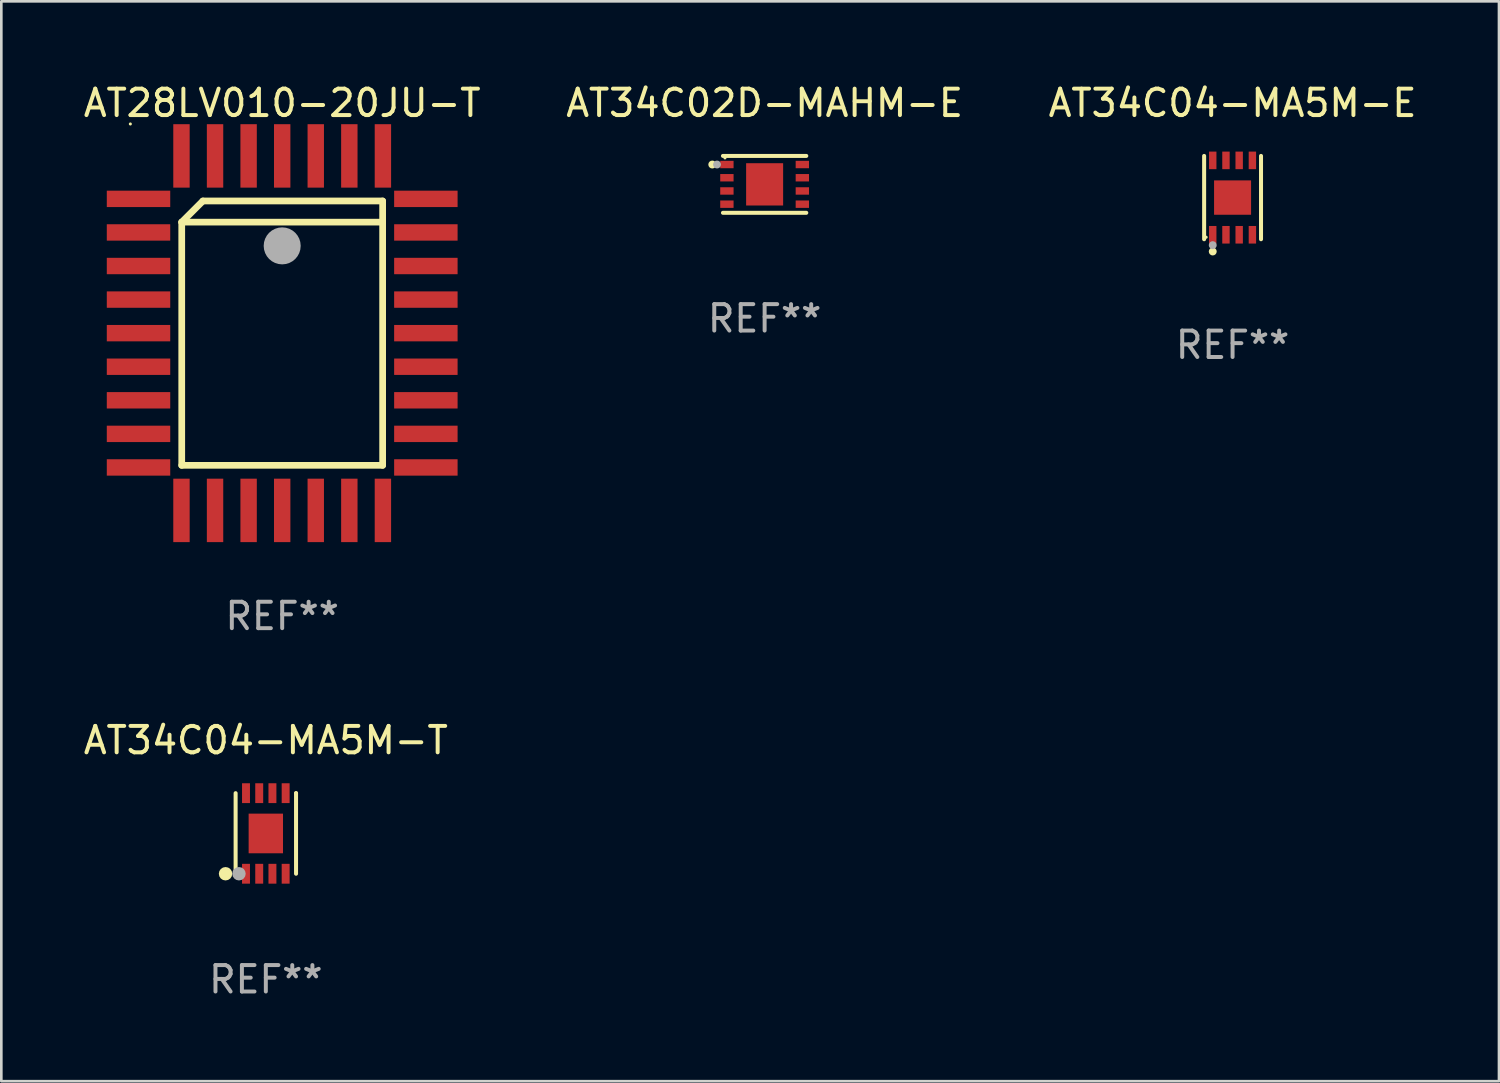
<source format=kicad_pcb>
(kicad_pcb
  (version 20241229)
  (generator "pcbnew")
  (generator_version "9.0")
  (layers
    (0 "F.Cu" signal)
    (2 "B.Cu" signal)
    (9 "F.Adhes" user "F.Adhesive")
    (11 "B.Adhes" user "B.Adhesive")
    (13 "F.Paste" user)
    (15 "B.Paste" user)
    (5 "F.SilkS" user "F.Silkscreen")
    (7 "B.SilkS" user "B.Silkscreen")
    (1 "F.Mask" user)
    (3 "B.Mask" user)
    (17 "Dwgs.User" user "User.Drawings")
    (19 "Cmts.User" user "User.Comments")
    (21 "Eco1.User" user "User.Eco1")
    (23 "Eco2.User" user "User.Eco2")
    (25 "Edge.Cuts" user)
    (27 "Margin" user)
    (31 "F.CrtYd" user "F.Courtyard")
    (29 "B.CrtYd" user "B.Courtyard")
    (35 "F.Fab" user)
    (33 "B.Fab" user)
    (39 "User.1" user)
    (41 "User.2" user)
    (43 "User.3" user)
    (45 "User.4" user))
  (footprint "AT34C02D-MAHM-E"
    (layer "F.Cu")
    (at 25.875 3.924)
    (property "Reference" "AT34C02D-MAHM-E" (at 0 -3.076 0) (layer "F.SilkS") (effects (font (size 1 1) (thickness 0.15))))
    (attr through_hole)
    (fp_line (start -1.576 -1.076) (end 1.576 -1.076) (stroke (width 0.152) (type solid)) (layer "F.SilkS"))
    (fp_line (start -1.576 1.076) (end 1.576 1.076) (stroke (width 0.152) (type solid)) (layer "F.SilkS"))
    (fp_circle (center -1.98 -0.75) (end -1.905 -0.75) (stroke (width 0.15) (type solid)) (fill no) (layer "F.SilkS"))
    (fp_circle (center -1.5 -1) (end -1.47 -1) (stroke (width 0.06) (type solid)) (fill no) (layer "F.SilkS"))
    (fp_circle (center -1.8 -0.75) (end -1.725 -0.75) (stroke (width 0.15) (type solid)) (fill no) (layer "F.Fab"))
    (fp_text user "REF**" (at 0 5.076 0) (layer "F.Fab") (effects (font (size 1 1) (thickness 0.15))))
    (pad "1" smd rect (at -1.427 -0.75) (size 0.505 0.28) (layers "F.Cu" "F.Mask" "F.Paste"))
    (pad "2" smd rect (at -1.427 -0.25) (size 0.505 0.28) (layers "F.Cu" "F.Mask" "F.Paste"))
    (pad "3" smd rect (at -1.427 0.25) (size 0.505 0.28) (layers "F.Cu" "F.Mask" "F.Paste"))
    (pad "4" smd rect (at -1.427 0.75) (size 0.505 0.28) (layers "F.Cu" "F.Mask" "F.Paste"))
    (pad "5" smd rect (at 1.427 0.75) (size 0.505 0.28) (layers "F.Cu" "F.Mask" "F.Paste"))
    (pad "6" smd rect (at 1.427 0.25) (size 0.505 0.28) (layers "F.Cu" "F.Mask" "F.Paste"))
    (pad "7" smd rect (at 1.427 -0.25) (size 0.505 0.28) (layers "F.Cu" "F.Mask" "F.Paste"))
    (pad "8" smd rect (at 1.427 -0.75) (size 0.505 0.28) (layers "F.Cu" "F.Mask" "F.Paste"))
    (pad "9" smd rect (at 0 0) (size 1.4 1.6) (layers "F.Cu" "F.Mask" "F.Paste")))
  (footprint "AT34C04-MA5M-E"
    (layer "F.Cu")
    (at 43.577 4.424)
    (property "Reference" "AT34C04-MA5M-E" (at 0 -3.576 0) (layer "F.SilkS") (effects (font (size 1 1) (thickness 0.15))))
    (attr through_hole)
    (fp_line (start -1.076 1.576) (end -1.076 -1.576) (stroke (width 0.152) (type solid)) (layer "F.SilkS"))
    (fp_line (start 1.076 1.576) (end 1.076 -1.576) (stroke (width 0.152) (type solid)) (layer "F.SilkS"))
    (fp_circle (center -1 1.5) (end -0.97 1.5) (stroke (width 0.06) (type solid)) (fill no) (layer "F.SilkS"))
    (fp_circle (center -0.75 2.04) (end -0.675 2.04) (stroke (width 0.15) (type solid)) (fill no) (layer "F.SilkS"))
    (fp_circle (center -0.75 1.8) (end -0.675 1.8) (stroke (width 0.15) (type solid)) (fill no) (layer "F.Fab"))
    (fp_text user "REF**" (at 0 5.576 0) (layer "F.Fab") (effects (font (size 1 1) (thickness 0.15))))
    (pad "1" smd rect (at -0.75 1.407) (size 0.28 0.665) (layers "F.Cu" "F.Mask" "F.Paste"))
    (pad "2" smd rect (at -0.25 1.407) (size 0.28 0.665) (layers "F.Cu" "F.Mask" "F.Paste"))
    (pad "3" smd rect (at 0.25 1.407) (size 0.28 0.665) (layers "F.Cu" "F.Mask" "F.Paste"))
    (pad "4" smd rect (at 0.75 1.407) (size 0.28 0.665) (layers "F.Cu" "F.Mask" "F.Paste"))
    (pad "5" smd rect (at 0.75 -1.407) (size 0.28 0.665) (layers "F.Cu" "F.Mask" "F.Paste"))
    (pad "6" smd rect (at 0.25 -1.407) (size 0.28 0.665) (layers "F.Cu" "F.Mask" "F.Paste"))
    (pad "7" smd rect (at -0.25 -1.407) (size 0.28 0.665) (layers "F.Cu" "F.Mask" "F.Paste"))
    (pad "8" smd rect (at -0.75 -1.407) (size 0.28 0.665) (layers "F.Cu" "F.Mask" "F.Paste"))
    (pad "9" smd rect (at 0 0) (size 1.4 1.3) (layers "F.Cu" "F.Mask" "F.Paste")))
  (footprint "AT28LV010-20JU-T"
    (layer "F.Cu")
    (at 7.625 9.553)
    (property "Reference" "AT28LV010-20JU-T" (at 0 -8.705 0) (layer "F.SilkS") (effects (font (size 1 1) (thickness 0.15))))
    (attr through_hole)
    (fp_line (start -3.8 -4.2) (end -3 -5) (stroke (width 0.254) (type solid)) (layer "F.SilkS"))
    (fp_line (start -3.8 -4.2) (end 3.8 -4.2) (stroke (width 0.254) (type solid)) (layer "F.SilkS"))
    (fp_line (start -3.8 5) (end -3.8 -4.2) (stroke (width 0.254) (type solid)) (layer "F.SilkS"))
    (fp_line (start -3 -5) (end 3.8 -5) (stroke (width 0.254) (type solid)) (layer "F.SilkS"))
    (fp_line (start 3.8 -5) (end 3.8 5) (stroke (width 0.254) (type solid)) (layer "F.SilkS"))
    (fp_line (start 3.8 5) (end -3.8 5) (stroke (width 0.254) (type solid)) (layer "F.SilkS"))
    (fp_arc (start 0.299721 -3.294387) (mid 0.29971 -3.296927) (end 0.299721 -3.299467) (stroke (width 0.6) (type solid)) (layer "F.SilkS"))
    (fp_circle (center -5.744 -7.913) (end -5.714 -7.913) (stroke (width 0.06) (type solid)) (fill no) (layer "F.SilkS"))
    (fp_circle (center 0 -3.302) (end 0.35 -3.302) (stroke (width 0.7) (type solid)) (fill no) (layer "F.Fab"))
    (fp_text user "REF**" (at 0 10.705 0) (layer "F.Fab") (effects (font (size 1 1) (thickness 0.15))))
    (pad "1" smd rect (at 0 -6.705 180) (size 0.62 2.4) (layers "F.Cu" "F.Mask" "F.Paste"))
    (pad "2" smd rect (at -1.27 -6.705 180) (size 0.62 2.4) (layers "F.Cu" "F.Mask" "F.Paste"))
    (pad "3" smd rect (at -2.54 -6.705 180) (size 0.62 2.4) (layers "F.Cu" "F.Mask" "F.Paste"))
    (pad "4" smd rect (at -3.81 -6.705 180) (size 0.62 2.4) (layers "F.Cu" "F.Mask" "F.Paste"))
    (pad "5" smd rect (at -5.435 -5.08 270) (size 0.62 2.4) (layers "F.Cu" "F.Mask" "F.Paste"))
    (pad "6" smd rect (at -5.435 -3.81 270) (size 0.62 2.4) (layers "F.Cu" "F.Mask" "F.Paste"))
    (pad "7" smd rect (at -5.435 -2.54 270) (size 0.62 2.4) (layers "F.Cu" "F.Mask" "F.Paste"))
    (pad "8" smd rect (at -5.435 -1.27 270) (size 0.62 2.4) (layers "F.Cu" "F.Mask" "F.Paste"))
    (pad "9" smd rect (at -5.435 0 270) (size 0.62 2.4) (layers "F.Cu" "F.Mask" "F.Paste"))
    (pad "10" smd rect (at -5.435 1.27 270) (size 0.62 2.4) (layers "F.Cu" "F.Mask" "F.Paste"))
    (pad "11" smd rect (at -5.435 2.54 270) (size 0.62 2.4) (layers "F.Cu" "F.Mask" "F.Paste"))
    (pad "12" smd rect (at -5.435 3.81 270) (size 0.62 2.4) (layers "F.Cu" "F.Mask" "F.Paste"))
    (pad "13" smd rect (at -5.435 5.08 270) (size 0.62 2.4) (layers "F.Cu" "F.Mask" "F.Paste"))
    (pad "14" smd rect (at -3.81 6.705) (size 0.62 2.4) (layers "F.Cu" "F.Mask" "F.Paste"))
    (pad "15" smd rect (at -2.54 6.705) (size 0.62 2.4) (layers "F.Cu" "F.Mask" "F.Paste"))
    (pad "16" smd rect (at -1.27 6.705) (size 0.62 2.4) (layers "F.Cu" "F.Mask" "F.Paste"))
    (pad "17" smd rect (at 0 6.705) (size 0.62 2.4) (layers "F.Cu" "F.Mask" "F.Paste"))
    (pad "18" smd rect (at 1.27 6.705) (size 0.62 2.4) (layers "F.Cu" "F.Mask" "F.Paste"))
    (pad "19" smd rect (at 2.54 6.705) (size 0.62 2.4) (layers "F.Cu" "F.Mask" "F.Paste"))
    (pad "20" smd rect (at 3.81 6.705) (size 0.62 2.4) (layers "F.Cu" "F.Mask" "F.Paste"))
    (pad "21" smd rect (at 5.435 5.08 90) (size 0.62 2.4) (layers "F.Cu" "F.Mask" "F.Paste"))
    (pad "22" smd rect (at 5.435 3.81 90) (size 0.62 2.4) (layers "F.Cu" "F.Mask" "F.Paste"))
    (pad "23" smd rect (at 5.435 2.54 90) (size 0.62 2.4) (layers "F.Cu" "F.Mask" "F.Paste"))
    (pad "24" smd rect (at 5.435 1.27 90) (size 0.62 2.4) (layers "F.Cu" "F.Mask" "F.Paste"))
    (pad "25" smd rect (at 5.435 0 90) (size 0.62 2.4) (layers "F.Cu" "F.Mask" "F.Paste"))
    (pad "26" smd rect (at 5.435 -1.27 90) (size 0.62 2.4) (layers "F.Cu" "F.Mask" "F.Paste"))
    (pad "27" smd rect (at 5.435 -2.54 90) (size 0.62 2.4) (layers "F.Cu" "F.Mask" "F.Paste"))
    (pad "28" smd rect (at 5.435 -3.81 90) (size 0.62 2.4) (layers "F.Cu" "F.Mask" "F.Paste"))
    (pad "29" smd rect (at 5.435 -5.08 90) (size 0.62 2.4) (layers "F.Cu" "F.Mask" "F.Paste"))
    (pad "30" smd rect (at 3.81 -6.705) (size 0.62 2.4) (layers "F.Cu" "F.Mask" "F.Paste"))
    (pad "31" smd rect (at 2.54 -6.705) (size 0.62 2.4) (layers "F.Cu" "F.Mask" "F.Paste"))
    (pad "32" smd rect (at 1.27 -6.705) (size 0.62 2.4) (layers "F.Cu" "F.Mask" "F.Paste")))
  (footprint "AT34C04-MA5M-T"
    (layer "F.Cu")
    (at 7.006 28.479)
    (property "Reference" "AT34C04-MA5M-T" (at 0 -3.524 0) (layer "F.SilkS") (effects (font (size 1 1) (thickness 0.15))))
    (attr through_hole)
    (fp_line (start -1.143 1.524) (end -1.143 1.524) (stroke (width 0.152) (type solid)) (layer "F.SilkS"))
    (fp_line (start -1.143 1.524) (end -1.143 -1.524) (stroke (width 0.152) (type solid)) (layer "F.SilkS"))
    (fp_line (start 1.143 -1.524) (end 1.143 1.524) (stroke (width 0.152) (type solid)) (layer "F.SilkS"))
    (fp_line (start 1.143 -1.524) (end 1.143 -1.524) (stroke (width 0.152) (type solid)) (layer "F.SilkS"))
    (fp_circle (center -1.524 1.524) (end -1.397 1.524) (stroke (width 0.254) (type solid)) (fill no) (layer "F.SilkS"))
    (fp_circle (center -1 1.5) (end -0.97 1.5) (stroke (width 0.06) (type solid)) (fill no) (layer "F.SilkS"))
    (fp_circle (center -1.016 1.524) (end -0.889 1.524) (stroke (width 0.254) (type solid)) (fill no) (layer "F.Fab"))
    (fp_text user "REF**" (at 0 5.524 0) (layer "F.Fab") (effects (font (size 1 1) (thickness 0.15))))
    (pad "1" smd rect (at -0.75 1.524) (size 0.3 0.75) (layers "F.Cu" "F.Mask" "F.Paste"))
    (pad "2" smd rect (at -0.25 1.524) (size 0.3 0.75) (layers "F.Cu" "F.Mask" "F.Paste"))
    (pad "3" smd rect (at 0.25 1.524) (size 0.3 0.75) (layers "F.Cu" "F.Mask" "F.Paste"))
    (pad "4" smd rect (at 0.75 1.524) (size 0.3 0.75) (layers "F.Cu" "F.Mask" "F.Paste"))
    (pad "5" smd rect (at 0.75 -1.524) (size 0.3 0.75) (layers "F.Cu" "F.Mask" "F.Paste"))
    (pad "6" smd rect (at 0.25 -1.524) (size 0.3 0.75) (layers "F.Cu" "F.Mask" "F.Paste"))
    (pad "7" smd rect (at -0.25 -1.524) (size 0.3 0.75) (layers "F.Cu" "F.Mask" "F.Paste"))
    (pad "8" smd rect (at -0.75 -1.524) (size 0.3 0.75) (layers "F.Cu" "F.Mask" "F.Paste"))
    (pad "9" smd rect (at -0.000254 0) (size 1.3 1.5) (layers "F.Cu" "F.Mask" "F.Paste")))
  (gr_rect
    (start -3 -3)
    (end 53.655 37.851)
    (stroke (width 0.1) (type default))
    (fill no)
    (layer "Edge.Cuts")))
</source>
